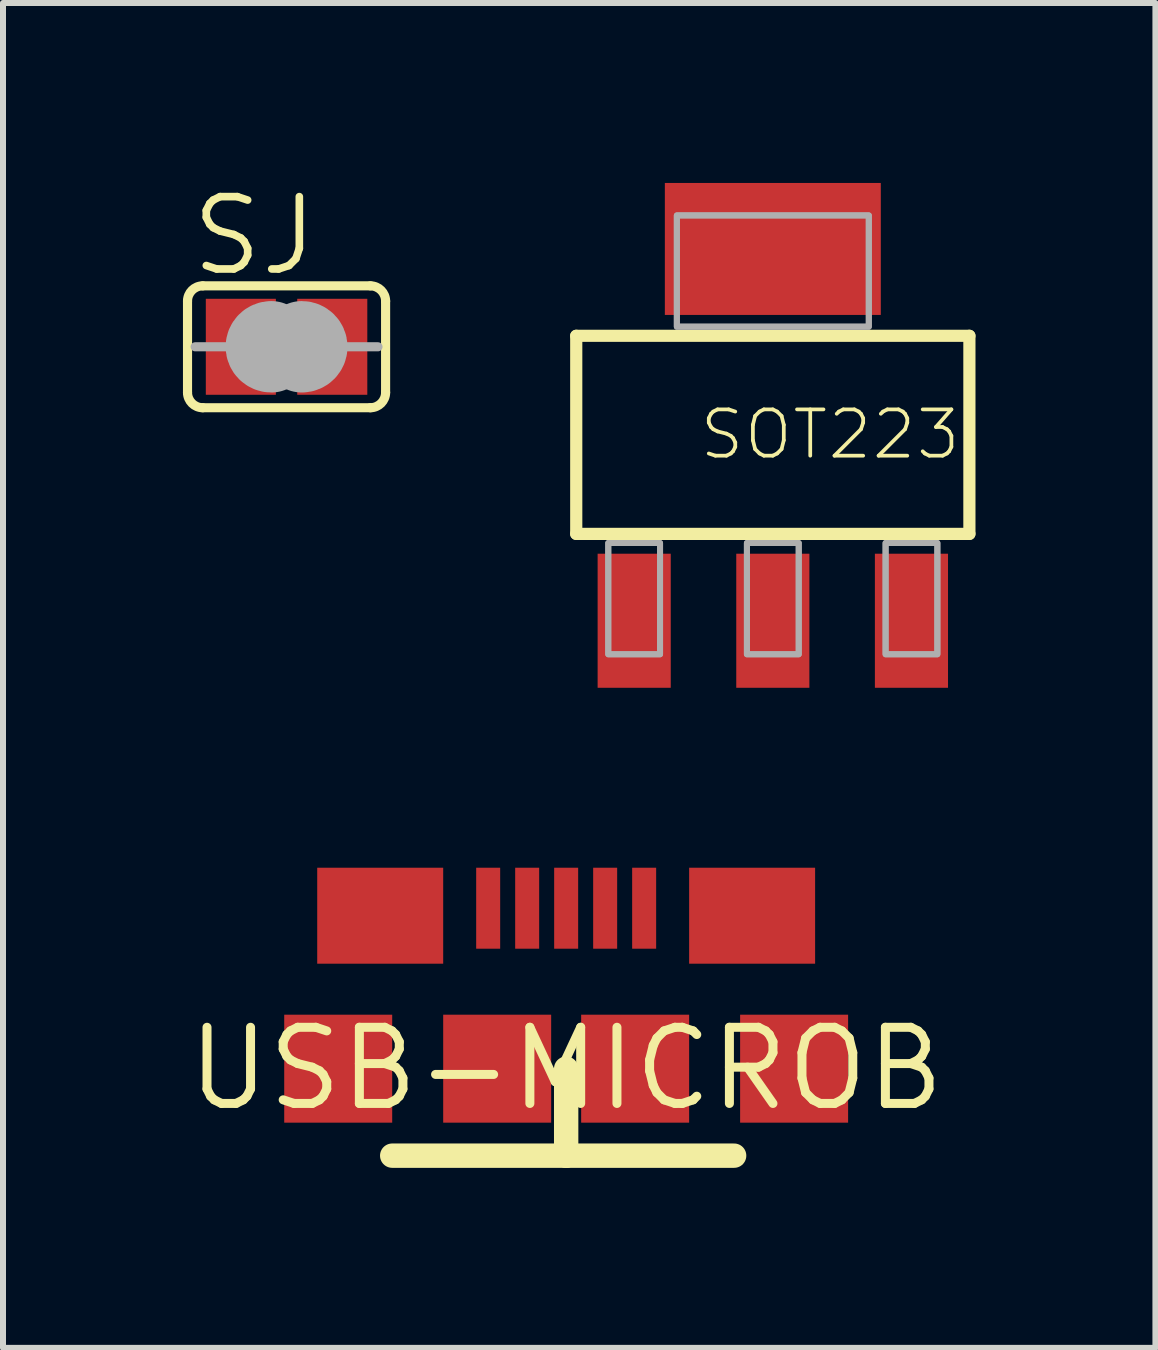
<source format=kicad_pcb>
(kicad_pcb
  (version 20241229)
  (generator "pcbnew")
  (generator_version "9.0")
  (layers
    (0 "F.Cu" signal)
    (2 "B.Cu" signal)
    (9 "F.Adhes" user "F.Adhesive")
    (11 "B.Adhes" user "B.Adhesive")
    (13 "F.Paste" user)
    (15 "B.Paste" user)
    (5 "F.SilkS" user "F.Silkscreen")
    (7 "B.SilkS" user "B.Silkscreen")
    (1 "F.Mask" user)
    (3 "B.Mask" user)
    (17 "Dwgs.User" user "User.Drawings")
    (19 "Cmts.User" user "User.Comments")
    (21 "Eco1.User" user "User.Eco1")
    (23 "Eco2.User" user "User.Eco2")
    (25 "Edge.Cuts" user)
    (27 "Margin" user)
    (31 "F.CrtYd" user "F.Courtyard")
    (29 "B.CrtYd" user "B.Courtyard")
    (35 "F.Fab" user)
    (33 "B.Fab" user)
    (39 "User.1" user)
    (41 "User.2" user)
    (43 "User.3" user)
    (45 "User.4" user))
  (footprint "USB-MICROB"
    (layer "F.Cu")
    (at 6.388 14.765)
    (property "Reference" "USB-MICROB" (at 0 0 0) (layer "F.SilkS") (effects (font (size 1.27 1.27) (thickness 0.15))))
    (attr through_hole)
    (fp_line (start -2.9 1.45) (end 0 1.45) (stroke (width 0.406) (type solid)) (layer "F.SilkS"))
    (fp_line (start 0 0) (end 0 1.45) (stroke (width 0.406) (type solid)) (layer "F.SilkS"))
    (fp_line (start 0 1.45) (end 2.8 1.45) (stroke (width 0.406) (type solid)) (layer "F.SilkS"))
    (pad "P1" smd rect (at -1.3 -2.675 90) (size 1.35 0.4) (layers "F.Cu" "F.Mask" "F.Paste"))
    (pad "P2" smd rect (at -0.65 -2.675 90) (size 1.35 0.4) (layers "F.Cu" "F.Mask" "F.Paste"))
    (pad "P3" smd rect (at 0 -2.675 90) (size 1.35 0.4) (layers "F.Cu" "F.Mask" "F.Paste"))
    (pad "P4" smd rect (at 0.65 -2.675 90) (size 1.35 0.4) (layers "F.Cu" "F.Mask" "F.Paste"))
    (pad "P5" smd rect (at 1.3 -2.675 90) (size 1.35 0.4) (layers "F.Cu" "F.Mask" "F.Paste"))
    (pad "PAD-LB" smd rect (at -1.15 0) (size 1.8 1.8) (layers "F.Cu" "F.Mask" "F.Paste"))
    (pad "PAD-LLB" smd rect (at -3.8 0) (size 1.8 1.8) (layers "F.Cu" "F.Mask" "F.Paste"))
    (pad "PAD-LT" smd rect (at -3.1 -2.55) (size 2.1 1.6) (layers "F.Cu" "F.Mask" "F.Paste"))
    (pad "PAD-RB" smd rect (at 1.15 0) (size 1.8 1.8) (layers "F.Cu" "F.Mask" "F.Paste"))
    (pad "PAD-RRB" smd rect (at 3.8 0) (size 1.8 1.8) (layers "F.Cu" "F.Mask" "F.Paste"))
    (pad "PAD-RT" smd rect (at 3.1 -2.55) (size 2.1 1.6) (layers "F.Cu" "F.Mask" "F.Paste")))
  (footprint "SOT223"
    (layer "F.Cu")
    (at 9.833 4.199)
    (property "Reference" "SOT223" (at -1.255 0.445 0) (layer "F.SilkS") (effects (font (size 0.772 0.772) (thickness 0.062)) (justify left bottom)))
    (attr through_hole)
    (fp_line (start -3.277 -1.651) (end 3.277 -1.651) (stroke (width 0.203) (type solid)) (layer "F.SilkS"))
    (fp_line (start -3.277 1.651) (end -3.277 -1.651) (stroke (width 0.203) (type solid)) (layer "F.SilkS"))
    (fp_line (start 3.277 -1.651) (end 3.277 1.651) (stroke (width 0.203) (type solid)) (layer "F.SilkS"))
    (fp_line (start 3.277 1.651) (end -3.277 1.651) (stroke (width 0.203) (type solid)) (layer "F.SilkS"))
    (fp_poly (pts (xy -2.743 3.658) (xy -1.88 3.658) (xy -1.88 1.803) (xy -2.743 1.803)) (stroke (width 0.1) (type solid)) (fill no) (layer "F.Fab"))
    (fp_poly (pts (xy -2.743 3.658) (xy -1.88 3.658) (xy -1.88 1.803) (xy -2.743 1.803)) (stroke (width 0.1) (type solid)) (fill no) (layer "F.Fab"))
    (fp_poly (pts (xy -1.6 -1.803) (xy 1.6 -1.803) (xy 1.6 -3.658) (xy -1.6 -3.658)) (stroke (width 0.1) (type solid)) (fill no) (layer "F.Fab"))
    (fp_poly (pts (xy -1.6 -1.803) (xy 1.6 -1.803) (xy 1.6 -3.658) (xy -1.6 -3.658)) (stroke (width 0.1) (type solid)) (fill no) (layer "F.Fab"))
    (fp_poly (pts (xy -0.432 3.658) (xy 0.432 3.658) (xy 0.432 1.803) (xy -0.432 1.803)) (stroke (width 0.1) (type solid)) (fill no) (layer "F.Fab"))
    (fp_poly (pts (xy -0.432 3.658) (xy 0.432 3.658) (xy 0.432 1.803) (xy -0.432 1.803)) (stroke (width 0.1) (type solid)) (fill no) (layer "F.Fab"))
    (fp_poly (pts (xy 1.88 3.658) (xy 2.743 3.658) (xy 2.743 1.803) (xy 1.88 1.803)) (stroke (width 0.1) (type solid)) (fill no) (layer "F.Fab"))
    (fp_poly (pts (xy 1.88 3.658) (xy 2.743 3.658) (xy 2.743 1.803) (xy 1.88 1.803)) (stroke (width 0.1) (type solid)) (fill no) (layer "F.Fab"))
    (pad "1" smd rect (at -2.311 3.099) (size 1.219 2.235) (layers "F.Cu" "F.Mask" "F.Paste"))
    (pad "2" smd rect (at 0 3.099) (size 1.219 2.235) (layers "F.Cu" "F.Mask" "F.Paste"))
    (pad "3" smd rect (at 2.311 3.099) (size 1.219 2.235) (layers "F.Cu" "F.Mask" "F.Paste"))
    (pad "4" smd rect (at 0 -3.099) (size 3.6 2.2) (layers "F.Cu" "F.Mask" "F.Paste")))
  (footprint "SJ"
    (layer "F.Cu")
    (at 1.727 2.731)
    (property "Reference" "SJ" (at -1.651 -1.143 0) (layer "F.SilkS") (effects (font (size 1.206 1.206) (thickness 0.127)) (justify left bottom)))
    (attr through_hole)
    (fp_poly (pts (xy -0.076 0.914) (xy 0.076 0.914) (xy 0.076 -0.914) (xy -0.076 -0.914)) (stroke (width 0) (type solid)) (fill yes) (layer "F.Mask"))
    (fp_line (start -1.651 0.762) (end -1.651 -0.762) (stroke (width 0.152) (type solid)) (layer "F.SilkS"))
    (fp_line (start -1.397 -1.016) (end 1.397 -1.016) (stroke (width 0.152) (type solid)) (layer "F.SilkS"))
    (fp_line (start 1.397 1.016) (end -1.397 1.016) (stroke (width 0.152) (type solid)) (layer "F.SilkS"))
    (fp_line (start 1.651 0.762) (end 1.651 -0.762) (stroke (width 0.152) (type solid)) (layer "F.SilkS"))
    (fp_arc (start -1.651 -0.762) (mid -1.576605 -0.941605) (end -1.397 -1.016) (stroke (width 0.1524) (type solid)) (layer "F.SilkS"))
    (fp_arc (start -1.397 1.016) (mid -1.576605 0.941605) (end -1.651 0.762) (stroke (width 0.1524) (type solid)) (layer "F.SilkS"))
    (fp_arc (start 1.397 -1.016) (mid 1.576605 -0.941605) (end 1.651 -0.762) (stroke (width 0.1524) (type solid)) (layer "F.SilkS"))
    (fp_arc (start 1.651 0.762) (mid 1.576605 0.941605) (end 1.397 1.016) (stroke (width 0.1524) (type solid)) (layer "F.SilkS"))
    (fp_line (start -1.016 0) (end -1.524 0) (stroke (width 0.152) (type solid)) (layer "F.Fab"))
    (fp_line (start 1.016 0) (end 1.524 0) (stroke (width 0.152) (type solid)) (layer "F.Fab"))
    (fp_arc (start -0.254 0.127) (mid -0.381 0) (end -0.254 -0.127) (stroke (width 1.27) (type solid)) (layer "F.Fab"))
    (fp_arc (start 0.254 -0.127) (mid 0.381 0) (end 0.254 0.127) (stroke (width 1.27) (type solid)) (layer "F.Fab"))
    (pad "1" smd rect (at -0.762 0) (size 1.168 1.6) (layers "F.Cu" "F.Mask" "F.Paste"))
    (pad "2" smd rect (at 0.762 0) (size 1.168 1.6) (layers "F.Cu" "F.Mask" "F.Paste")))
  (gr_rect
    (start -3 -3)
    (end 16.211 19.419)
    (stroke (width 0.1) (type default))
    (fill no)
    (layer "Edge.Cuts")))
</source>
